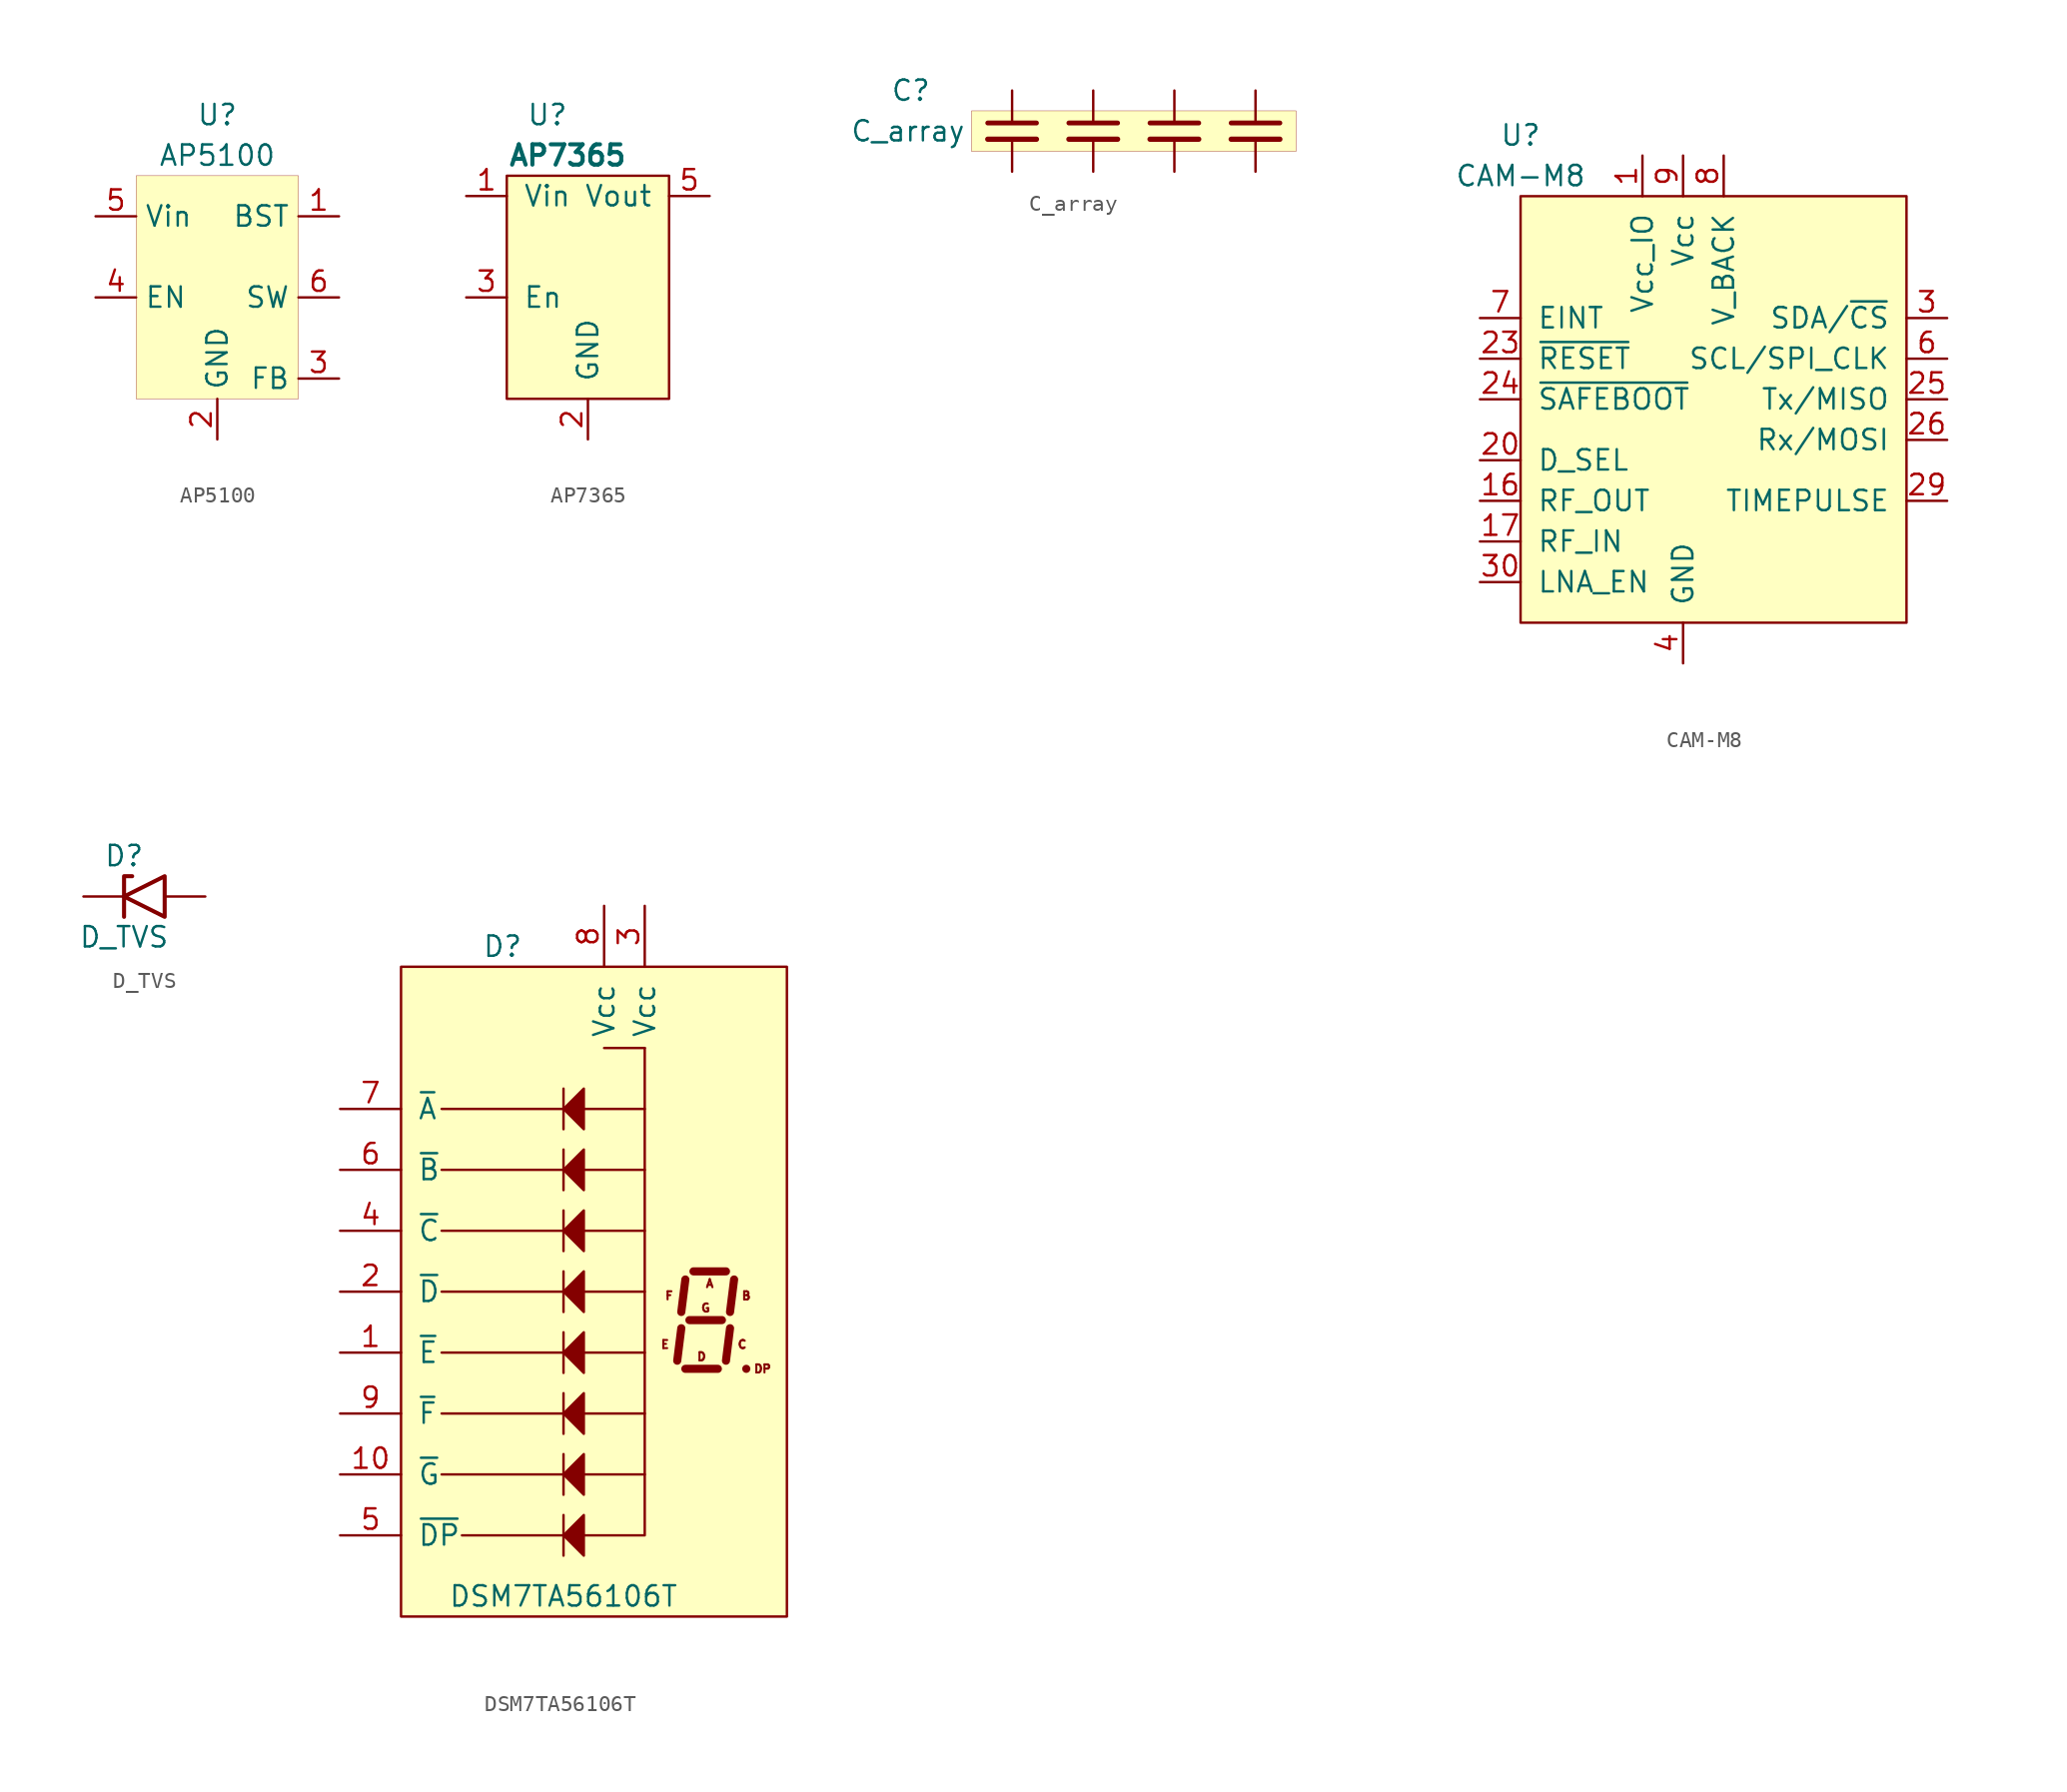
<source format=kicad_sym>
(kicad_symbol_lib
  (version 20210619)
  (generator kicad_symbol_editor)
  (symbol "Maxted Libs:AP5100"
    (property "Reference" "U"
      (at 0 11.43 0)
      (effects (font (size 1.27 1.27))))
    (property "Value" "AP5100"
      (at 0 8.89 0)
      (effects (font (size 1.27 1.27))))
    (symbol "AP5100_0_1"
      (rectangle (start -5.08 7.62) (end 5.08 -6.35) (stroke (width 0.001)) (fill (type background))))
    (symbol "AP5100_1_1"
      (pin bidirectional line (at 7.62 5.08 180) (length 2.54) (name "BST" (effects (font (size 1.27 1.27)))) (number "1" (effects (font (size 1.27 1.27)))))
      (pin power_in line (at 0 -8.89 90) (length 2.54) (name "GND" (effects (font (size 1.27 1.27)))) (number "2" (effects (font (size 1.27 1.27)))))
      (pin input line (at 7.62 -5.08 180) (length 2.54) (name "FB" (effects (font (size 1.27 1.27)))) (number "3" (effects (font (size 1.27 1.27)))))
      (pin input line (at -7.62 0 0) (length 2.54) (name "EN" (effects (font (size 1.27 1.27)))) (number "4" (effects (font (size 1.27 1.27)))))
      (pin power_in line (at -7.62 5.08 0) (length 2.54) (name "Vin" (effects (font (size 1.27 1.27)))) (number "5" (effects (font (size 1.27 1.27)))))
      (pin power_out line (at 7.62 0 180) (length 2.54) (name "SW" (effects (font (size 1.27 1.27)))) (number "6" (effects (font (size 1.27 1.27)))))))
  (symbol "Maxted Libs:AP7365"
    (pin_names
      (offset 1.016))
    (property "Reference" "U"
      (at -2.54 10.16 0)
      (effects (font (size 1.27 1.27))))
    (property "Value" "AP7365"
      (at -1.27 7.62 0)
      (effects (font (size 1.27 1.27) bold)))
    (symbol "AP7365_0_1"
      (rectangle (start -5.08 6.35) (end 5.08 -7.62) (stroke (width 0)) (fill (type background))))
    (symbol "AP7365_1_1"
      (pin unspecified line (at -7.62 5.08 0) (length 2.54) (name "Vin" (effects (font (size 1.27 1.27)))) (number "1" (effects (font (size 1.27 1.27)))))
      (pin unspecified line (at 0 -10.16 90) (length 2.54) (name "GND" (effects (font (size 1.27 1.27)))) (number "2" (effects (font (size 1.27 1.27)))))
      (pin unspecified line (at -7.62 -1.27 0) (length 2.54) (name "En" (effects (font (size 1.27 1.27)))) (number "3" (effects (font (size 1.27 1.27)))))
      (pin no_connect line (at 7.62 -1.27 180) (length 2.54) hide (name "NC" (effects (font (size 1.27 1.27)))) (number "4" (effects (font (size 1.27 1.27)))))
      (pin unspecified line (at 7.62 5.08 180) (length 2.54) (name "Vout" (effects (font (size 1.27 1.27)))) (number "5" (effects (font (size 1.27 1.27)))))))
  (symbol "Maxted Libs:C_array"
    (pin_numbers hide)
    (pin_names
      (offset 0.254) hide)
    (property "Reference" "C"
      (at -15.24 2.54 0)
      (effects (font (size 1.27 1.27)) (justify left)))
    (property "Value" "C_array"
      (at -17.78 0 0)
      (effects (font (size 1.27 1.27)) (justify left)))
    (symbol "C_array_0_1"
      (rectangle (start -10.16 1.27) (end 10.16 -1.27) (stroke (width 0.001)) (fill (type background)))
      (polyline (pts (xy -9.144 -0.508) (xy -6.096 -0.508)) (stroke (width 0.33)) (fill (type none)))
      (polyline (pts (xy -9.144 0.508) (xy -6.096 0.508)) (stroke (width 0.305)) (fill (type none)))
      (polyline (pts (xy -4.064 -0.508) (xy -1.016 -0.508)) (stroke (width 0.33)) (fill (type none)))
      (polyline (pts (xy -4.064 0.508) (xy -1.016 0.508)) (stroke (width 0.305)) (fill (type none)))
      (polyline (pts (xy 1.016 -0.508) (xy 4.064 -0.508)) (stroke (width 0.33)) (fill (type none)))
      (polyline (pts (xy 1.016 0.508) (xy 4.064 0.508)) (stroke (width 0.305)) (fill (type none)))
      (polyline (pts (xy 6.096 -0.508) (xy 9.144 -0.508)) (stroke (width 0.33)) (fill (type none)))
      (polyline (pts (xy 6.096 0.508) (xy 9.144 0.508)) (stroke (width 0.305)) (fill (type none))))
    (symbol "C_array_1_1"
      (pin passive line (at -7.62 2.54 270) (length 2.032) (name "~" (effects (font (size 1.27 1.27)))) (number "1" (effects (font (size 1.27 1.27)))))
      (pin passive line (at -7.62 -2.54 90) (length 2.032) (name "~" (effects (font (size 1.27 1.27)))) (number "2" (effects (font (size 1.27 1.27)))))
      (pin passive line (at -2.54 2.54 270) (length 2.032) (name "~" (effects (font (size 1.27 1.27)))) (number "3" (effects (font (size 1.27 1.27)))))
      (pin passive line (at -2.54 -2.54 90) (length 2.032) (name "~" (effects (font (size 1.27 1.27)))) (number "4" (effects (font (size 1.27 1.27)))))
      (pin passive line (at 2.54 2.54 270) (length 2.032) (name "~" (effects (font (size 1.27 1.27)))) (number "5" (effects (font (size 1.27 1.27)))))
      (pin passive line (at 2.54 -2.54 90) (length 2.032) (name "~" (effects (font (size 1.27 1.27)))) (number "6" (effects (font (size 1.27 1.27)))))
      (pin passive line (at 7.62 2.54 270) (length 2.032) (name "~" (effects (font (size 1.27 1.27)))) (number "7" (effects (font (size 1.27 1.27)))))
      (pin passive line (at 7.62 -2.54 90) (length 2.032) (name "~" (effects (font (size 1.27 1.27)))) (number "8" (effects (font (size 1.27 1.27)))))))
  (symbol "Maxted Libs:CAM-M8"
    (pin_names
      (offset 1.016))
    (property "Reference" "U"
      (at -10.16 16.51 0)
      (effects (font (size 1.27 1.27))))
    (property "Value" "CAM-M8"
      (at -10.16 13.97 0)
      (effects (font (size 1.27 1.27))))
    (symbol "CAM-M8_0_0"
      (pin passive line (at 0 -16.51 90) (length 2.54) hide (name "GND" (effects (font (size 1.27 1.27)))) (number "12" (effects (font (size 1.27 1.27)))))
      (pin passive line (at 0 -16.51 90) (length 2.54) hide (name "GND" (effects (font (size 1.27 1.27)))) (number "13" (effects (font (size 1.27 1.27)))))
      (pin passive line (at 0 -16.51 90) (length 2.54) hide (name "GND" (effects (font (size 1.27 1.27)))) (number "14" (effects (font (size 1.27 1.27)))))
      (pin passive line (at 0 -16.51 90) (length 2.54) hide (name "GND" (effects (font (size 1.27 1.27)))) (number "15" (effects (font (size 1.27 1.27)))))
      (pin output line (at -12.7 -6.35 0) (length 2.54) (name "RF_OUT" (effects (font (size 1.27 1.27)))) (number "16" (effects (font (size 1.27 1.27)))))
      (pin input line (at -12.7 -8.89 0) (length 2.54) (name "RF_IN" (effects (font (size 1.27 1.27)))) (number "17" (effects (font (size 1.27 1.27)))))
      (pin passive line (at 0 -16.51 90) (length 2.54) hide (name "GND" (effects (font (size 1.27 1.27)))) (number "18" (effects (font (size 1.27 1.27)))))
      (pin passive line (at 0 -16.51 90) (length 2.54) hide (name "GND" (effects (font (size 1.27 1.27)))) (number "19" (effects (font (size 1.27 1.27)))))
      (pin passive line (at -12.7 -3.81 0) (length 2.54) (name "D_SEL" (effects (font (size 1.27 1.27)))) (number "20" (effects (font (size 1.27 1.27)))))
      (pin passive line (at 0 -16.51 90) (length 2.54) hide (name "GND" (effects (font (size 1.27 1.27)))) (number "21" (effects (font (size 1.27 1.27)))))
      (pin passive line (at 0 -16.51 90) (length 2.54) hide (name "GND" (effects (font (size 1.27 1.27)))) (number "22" (effects (font (size 1.27 1.27)))))
      (pin passive line (at -12.7 2.54 0) (length 2.54) (name "~{RESET}" (effects (font (size 1.27 1.27)))) (number "23" (effects (font (size 1.27 1.27)))))
      (pin passive line (at -12.7 0 0) (length 2.54) (name "~{SAFEBOOT}" (effects (font (size 1.27 1.27)))) (number "24" (effects (font (size 1.27 1.27)))))
      (pin passive line (at 16.51 0 180) (length 2.54) (name "Tx/MISO" (effects (font (size 1.27 1.27)))) (number "25" (effects (font (size 1.27 1.27)))))
      (pin passive line (at 16.51 -2.54 180) (length 2.54) (name "Rx/MOSI" (effects (font (size 1.27 1.27)))) (number "26" (effects (font (size 1.27 1.27)))))
      (pin passive line (at 0 -16.51 90) (length 2.54) hide (name "GND" (effects (font (size 1.27 1.27)))) (number "27" (effects (font (size 1.27 1.27)))))
      (pin no_connect line (at 5.08 -13.97 90) (length 0) hide (name "NC" (effects (font (size 1.27 1.27)))) (number "28" (effects (font (size 1.27 1.27)))))
      (pin passive line (at 16.51 -6.35 180) (length 2.54) (name "TIMEPULSE" (effects (font (size 1.27 1.27)))) (number "29" (effects (font (size 1.27 1.27)))))
      (pin passive line (at -12.7 -11.43 0) (length 2.54) (name "LNA_EN" (effects (font (size 1.27 1.27)))) (number "30" (effects (font (size 1.27 1.27)))))
      (pin passive line (at 0 -16.51 90) (length 2.54) hide (name "GND" (effects (font (size 1.27 1.27)))) (number "31" (effects (font (size 1.27 1.27))))))
    (symbol "CAM-M8_0_1"
      (rectangle (start -10.16 12.7) (end 13.97 -13.97) (stroke (width 0)) (fill (type background))))
    (symbol "CAM-M8_1_1"
      (pin power_in line (at -2.54 15.24 270) (length 2.54) (name "Vcc_IO" (effects (font (size 1.27 1.27)))) (number "1" (effects (font (size 1.27 1.27)))))
      (pin passive line (at 0 -16.51 90) (length 2.54) hide (name "GND" (effects (font (size 1.27 1.27)))) (number "10" (effects (font (size 1.27 1.27)))))
      (pin passive line (at 0 -16.51 90) (length 2.54) hide (name "GND" (effects (font (size 1.27 1.27)))) (number "11" (effects (font (size 1.27 1.27)))))
      (pin no_connect line (at 2.54 -13.97 90) (length 0) hide (name "NC" (effects (font (size 1.27 1.27)))) (number "2" (effects (font (size 1.27 1.27)))))
      (pin passive line (at 16.51 5.08 180) (length 2.54) (name "SDA/~{CS}" (effects (font (size 1.27 1.27)))) (number "3" (effects (font (size 1.27 1.27)))))
      (pin power_in line (at 0 -16.51 90) (length 2.54) (name "GND" (effects (font (size 1.27 1.27)))) (number "4" (effects (font (size 1.27 1.27)))))
      (pin passive line (at 0 -16.51 90) (length 2.54) hide (name "GND" (effects (font (size 1.27 1.27)))) (number "5" (effects (font (size 1.27 1.27)))))
      (pin passive line (at 16.51 2.54 180) (length 2.54) (name "SCL/SPI_CLK" (effects (font (size 1.27 1.27)))) (number "6" (effects (font (size 1.27 1.27)))))
      (pin passive line (at -12.7 5.08 0) (length 2.54) (name "EINT" (effects (font (size 1.27 1.27)))) (number "7" (effects (font (size 1.27 1.27)))))
      (pin passive line (at 2.54 15.24 270) (length 2.54) (name "V_BACK" (effects (font (size 1.27 1.27)))) (number "8" (effects (font (size 1.27 1.27)))))
      (pin power_in line (at 0 15.24 270) (length 2.54) (name "Vcc" (effects (font (size 1.27 1.27)))) (number "9" (effects (font (size 1.27 1.27)))))))
  (symbol "Maxted Libs:D_TVS"
    (pin_numbers hide)
    (pin_names
      (offset 1.016) hide)
    (property "Reference" "D"
      (at 0 2.54 0)
      (effects (font (size 1.27 1.27))))
    (property "Value" "D_TVS"
      (at 0 -2.54 0)
      (effects (font (size 1.27 1.27))))
    (symbol "D_TVS_0_1"
      (polyline (pts (xy 0.508 1.27) (xy 0 1.27) (xy 0 -1.27)) (stroke (width 0.254)) (fill (type none)))
      (polyline (pts (xy 0 0) (xy 2.54 1.27) (xy 2.54 -1.27) (xy 0 0)) (stroke (width 0.254)) (fill (type none))))
    (symbol "D_TVS_1_1"
      (pin passive line (at -2.54 0 0) (length 2.54) (name "A1" (effects (font (size 1.27 1.27)))) (number "1" (effects (font (size 1.27 1.27)))))
      (pin passive line (at 5.08 0 180) (length 2.54) (name "A2" (effects (font (size 1.27 1.27)))) (number "2" (effects (font (size 1.27 1.27)))))))
  (symbol "Maxted Libs:DSM7TA56106T"
    (pin_names
      (offset 1.016))
    (property "Reference" "D"
      (at -6.35 22.86 0)
      (effects (font (size 1.27 1.27))))
    (property "Value" "DSM7TA56106T"
      (at -2.54 -17.78 0)
      (effects (font (size 1.27 1.27))))
    (symbol "DSM7TA56106T_0_1"
      (rectangle (start -12.7 -19.05) (end 11.43 21.59) (stroke (width 0)) (fill (type background)))
      (polyline (pts (xy -10.16 8.89) (xy -2.54 8.89)) (stroke (width 0)) (fill (type none)))
      (polyline (pts (xy -2.54 -13.97) (xy -8.89 -13.97)) (stroke (width 0)) (fill (type none)))
      (polyline (pts (xy -2.54 -10.16) (xy -10.16 -10.16)) (stroke (width 0)) (fill (type none)))
      (polyline (pts (xy -2.54 -6.35) (xy -10.16 -6.35)) (stroke (width 0)) (fill (type none)))
      (polyline (pts (xy -2.54 -2.54) (xy -10.16 -2.54)) (stroke (width 0)) (fill (type none)))
      (polyline (pts (xy -2.54 1.27) (xy -10.16 1.27)) (stroke (width 0)) (fill (type none)))
      (polyline (pts (xy -2.54 5.08) (xy -10.16 5.08)) (stroke (width 0)) (fill (type none)))
      (polyline (pts (xy -2.54 11.43) (xy -2.54 13.97)) (stroke (width 0)) (fill (type none)))
      (polyline (pts (xy -2.54 12.7) (xy -10.16 12.7)) (stroke (width 0)) (fill (type none)))
      (polyline (pts (xy -1.27 -10.16) (xy 2.54 -10.16)) (stroke (width 0)) (fill (type none)))
      (polyline (pts (xy -1.27 -6.35) (xy 2.54 -6.35)) (stroke (width 0)) (fill (type none)))
      (polyline (pts (xy -1.27 -2.54) (xy 2.54 -2.54)) (stroke (width 0)) (fill (type none)))
      (polyline (pts (xy -1.27 1.27) (xy 2.54 1.27)) (stroke (width 0)) (fill (type none)))
      (polyline (pts (xy -1.27 5.08) (xy 2.54 5.08)) (stroke (width 0)) (fill (type none)))
      (polyline (pts (xy -1.27 8.89) (xy 2.54 8.89)) (stroke (width 0)) (fill (type none)))
      (polyline (pts (xy 0 16.51) (xy 2.54 16.51)) (stroke (width 0)) (fill (type none)))
      (polyline (pts (xy 2.54 12.7) (xy 2.54 16.51)) (stroke (width 0)) (fill (type none)))
      (polyline (pts (xy -1.27 -13.97) (xy 2.54 -13.97) (xy 2.54 12.7) (xy -1.27 12.7)) (stroke (width 0)) (fill (type none)))
      (polyline (pts (xy -2.54 12.7) (xy -1.27 13.97) (xy -1.27 11.43) (xy -2.54 12.7)) (stroke (width 0)) (fill (type outline))))
    (symbol "DSM7TA56106T_1_0"
      (text "A" (at 6.604 1.778 0) (effects (font (size 0.508 0.508))))
      (text "B" (at 8.89 1.016 0) (effects (font (size 0.508 0.508))))
      (text "C" (at 8.636 -2.032 0) (effects (font (size 0.508 0.508))))
      (text "D" (at 6.096 -2.794 0) (effects (font (size 0.508 0.508))))
      (text "DP" (at 9.906 -3.556 0) (effects (font (size 0.508 0.508))))
      (text "E" (at 3.81 -2.032 0) (effects (font (size 0.508 0.508))))
      (text "F" (at 4.064 1.016 0) (effects (font (size 0.508 0.508))))
      (text "G" (at 6.35 0.254 0) (effects (font (size 0.508 0.508)))))
    (symbol "DSM7TA56106T_1_1"
      (polyline (pts (xy -2.54 -15.24) (xy -2.54 -12.7)) (stroke (width 0)) (fill (type none)))
      (polyline (pts (xy -2.54 -11.43) (xy -2.54 -8.89)) (stroke (width 0)) (fill (type none)))
      (polyline (pts (xy -2.54 -7.62) (xy -2.54 -5.08)) (stroke (width 0)) (fill (type none)))
      (polyline (pts (xy -2.54 -3.81) (xy -2.54 -1.27)) (stroke (width 0)) (fill (type none)))
      (polyline (pts (xy -2.54 0) (xy -2.54 2.54)) (stroke (width 0)) (fill (type none)))
      (polyline (pts (xy -2.54 3.81) (xy -2.54 6.35)) (stroke (width 0)) (fill (type none)))
      (polyline (pts (xy -2.54 7.62) (xy -2.54 10.16)) (stroke (width 0)) (fill (type none)))
      (polyline (pts (xy 4.826 -1.016) (xy 4.572 -3.048)) (stroke (width 0.508)) (fill (type none)))
      (polyline (pts (xy 5.08 -3.556) (xy 7.112 -3.556)) (stroke (width 0.508)) (fill (type none)))
      (polyline (pts (xy 5.08 2.032) (xy 4.826 0)) (stroke (width 0.508)) (fill (type none)))
      (polyline (pts (xy 5.334 -0.508) (xy 7.366 -0.508)) (stroke (width 0.508)) (fill (type none)))
      (polyline (pts (xy 5.588 2.54) (xy 7.62 2.54)) (stroke (width 0.508)) (fill (type none)))
      (polyline (pts (xy 7.874 -1.016) (xy 7.62 -3.048)) (stroke (width 0.508)) (fill (type none)))
      (polyline (pts (xy 8.128 2.032) (xy 7.874 0)) (stroke (width 0.508)) (fill (type none)))
      (polyline (pts (xy 8.89 -3.556) (xy 8.89 -3.556)) (stroke (width 0.508)) (fill (type none)))
      (polyline (pts (xy -2.54 -13.97) (xy -1.27 -12.7) (xy -1.27 -15.24) (xy -2.54 -13.97)) (stroke (width 0)) (fill (type outline)))
      (polyline (pts (xy -2.54 -10.16) (xy -1.27 -8.89) (xy -1.27 -11.43) (xy -2.54 -10.16)) (stroke (width 0)) (fill (type outline)))
      (polyline (pts (xy -2.54 -6.35) (xy -1.27 -5.08) (xy -1.27 -7.62) (xy -2.54 -6.35)) (stroke (width 0)) (fill (type outline)))
      (polyline (pts (xy -2.54 -2.54) (xy -1.27 -1.27) (xy -1.27 -3.81) (xy -2.54 -2.54)) (stroke (width 0)) (fill (type outline)))
      (polyline (pts (xy -2.54 1.27) (xy -1.27 2.54) (xy -1.27 0) (xy -2.54 1.27)) (stroke (width 0)) (fill (type outline)))
      (polyline (pts (xy -2.54 5.08) (xy -1.27 6.35) (xy -1.27 3.81) (xy -2.54 5.08)) (stroke (width 0)) (fill (type outline)))
      (polyline (pts (xy -2.54 8.89) (xy -1.27 10.16) (xy -1.27 7.62) (xy -2.54 8.89)) (stroke (width 0)) (fill (type outline)))
      (pin unspecified line (at -16.51 -2.54 0) (length 3.81) (name "~{E}" (effects (font (size 1.27 1.27)))) (number "1" (effects (font (size 1.27 1.27)))))
      (pin unspecified line (at -16.51 -10.16 0) (length 3.81) (name "~{G}" (effects (font (size 1.27 1.27)))) (number "10" (effects (font (size 1.27 1.27)))))
      (pin unspecified line (at -16.51 1.27 0) (length 3.81) (name "~{D}" (effects (font (size 1.27 1.27)))) (number "2" (effects (font (size 1.27 1.27)))))
      (pin unspecified line (at 2.54 25.4 270) (length 3.81) (name "Vcc" (effects (font (size 1.27 1.27)))) (number "3" (effects (font (size 1.27 1.27)))))
      (pin unspecified line (at -16.51 5.08 0) (length 3.81) (name "~{C}" (effects (font (size 1.27 1.27)))) (number "4" (effects (font (size 1.27 1.27)))))
      (pin unspecified line (at -16.51 -13.97 0) (length 3.81) (name "~{DP}" (effects (font (size 1.27 1.27)))) (number "5" (effects (font (size 1.27 1.27)))))
      (pin unspecified line (at -16.51 8.89 0) (length 3.81) (name "~{B}" (effects (font (size 1.27 1.27)))) (number "6" (effects (font (size 1.27 1.27)))))
      (pin unspecified line (at -16.51 12.7 0) (length 3.81) (name "~{A}" (effects (font (size 1.27 1.27)))) (number "7" (effects (font (size 1.27 1.27)))))
      (pin unspecified line (at 0 25.4 270) (length 3.81) (name "Vcc" (effects (font (size 1.27 1.27)))) (number "8" (effects (font (size 1.27 1.27)))))
      (pin unspecified line (at -16.51 -6.35 0) (length 3.81) (name "~{F}" (effects (font (size 1.27 1.27)))) (number "9" (effects (font (size 1.27 1.27))))))))
</source>
